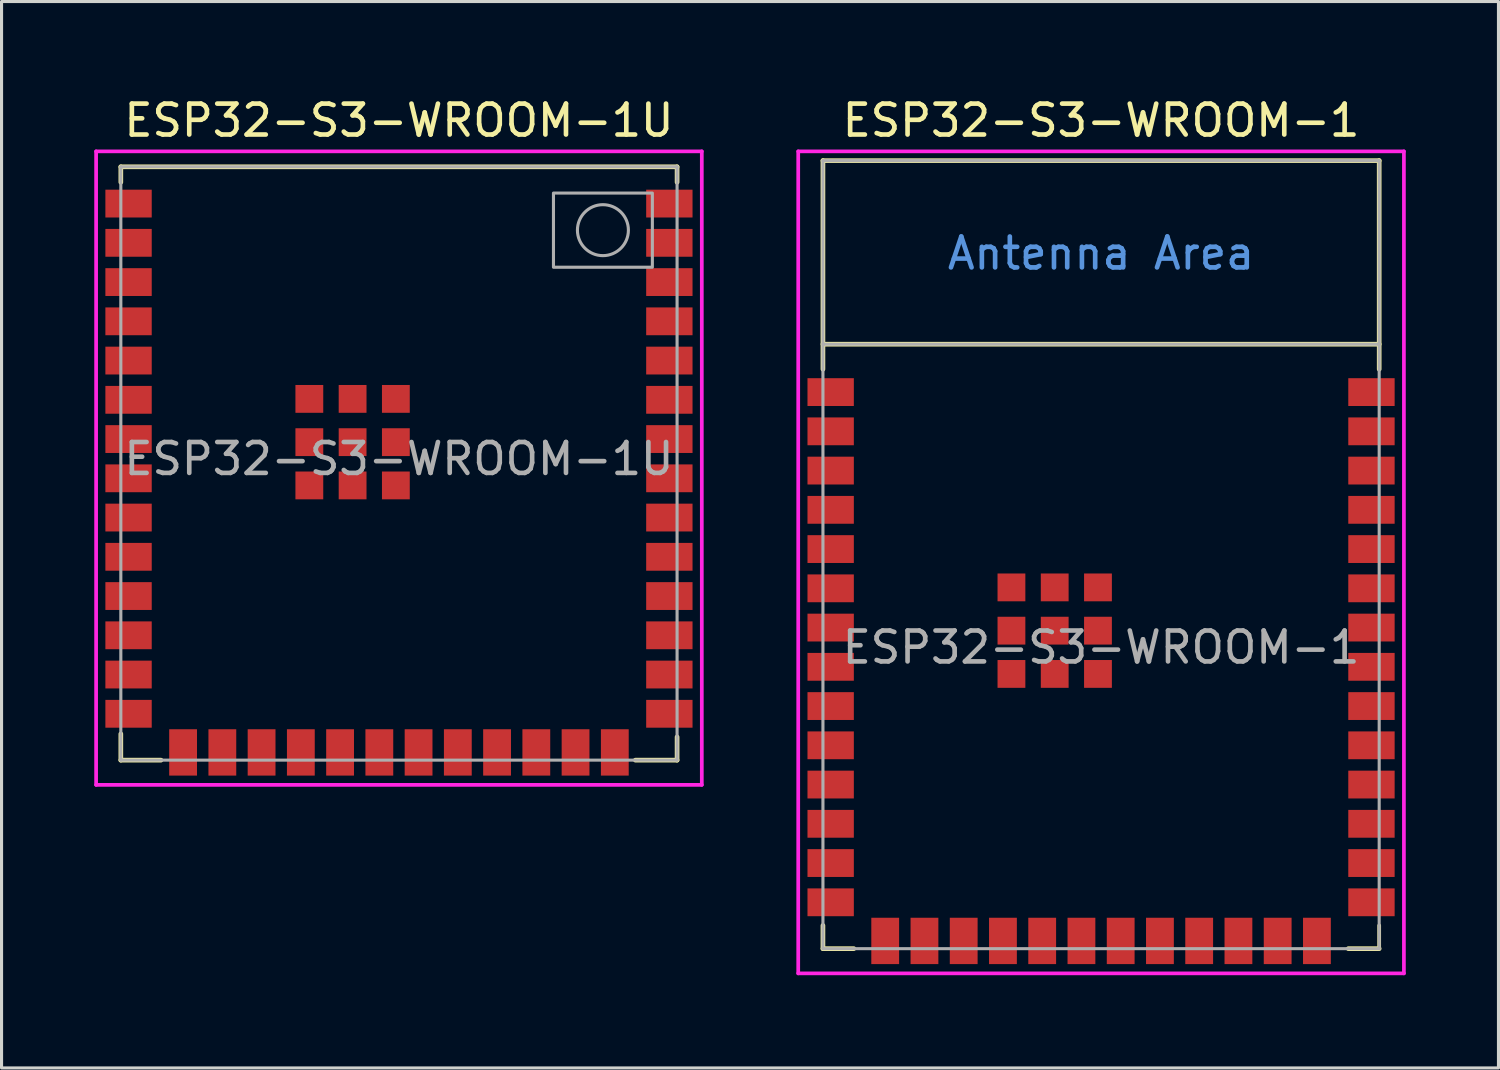
<source format=kicad_pcb>
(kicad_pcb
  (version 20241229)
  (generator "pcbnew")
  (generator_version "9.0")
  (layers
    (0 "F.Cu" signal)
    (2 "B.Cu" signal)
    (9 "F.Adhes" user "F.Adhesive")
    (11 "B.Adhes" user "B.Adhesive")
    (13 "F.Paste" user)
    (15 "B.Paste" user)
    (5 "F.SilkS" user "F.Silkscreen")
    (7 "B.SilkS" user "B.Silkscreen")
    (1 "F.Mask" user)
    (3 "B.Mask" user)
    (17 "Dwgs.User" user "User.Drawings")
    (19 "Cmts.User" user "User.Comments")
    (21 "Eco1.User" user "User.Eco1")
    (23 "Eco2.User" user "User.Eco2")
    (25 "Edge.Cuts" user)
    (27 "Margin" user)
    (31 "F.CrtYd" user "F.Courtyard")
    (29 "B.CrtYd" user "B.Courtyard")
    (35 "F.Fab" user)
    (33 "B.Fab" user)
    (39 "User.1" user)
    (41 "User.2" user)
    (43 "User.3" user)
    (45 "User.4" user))
  (footprint "ESP32-S3-WROOM-1"
    (layer "F.Cu")
    (at 32.58 17.898)
    (property "Reference" "ESP32-S3-WROOM-1" (at 0 -17.05 0) (layer "F.SilkS") (effects (font (size 1 1) (thickness 0.15))))
    (attr smd)
    (fp_line (start -9 -15.75) (end -9 -9) (stroke (width 0.15) (type solid)) (layer "F.SilkS"))
    (fp_line (start -9 -15.75) (end 9 -15.75) (stroke (width 0.15) (type solid)) (layer "F.SilkS"))
    (fp_line (start -9 9) (end -9 9.75) (stroke (width 0.15) (type solid)) (layer "F.SilkS"))
    (fp_line (start -9 9.75) (end -8 9.75) (stroke (width 0.15) (type solid)) (layer "F.SilkS"))
    (fp_line (start 9 -15.75) (end 9 -9) (stroke (width 0.15) (type solid)) (layer "F.SilkS"))
    (fp_line (start 9 -9.81) (end -9 -9.81) (stroke (width 0.15) (type solid)) (layer "F.SilkS"))
    (fp_line (start 9 9) (end 9 9.75) (stroke (width 0.12) (type solid)) (layer "F.SilkS"))
    (fp_line (start 9 9.75) (end 8 9.75) (stroke (width 0.15) (type solid)) (layer "F.SilkS"))
    (fp_line (start -9.8 -16.05) (end -9.8 10.55) (stroke (width 0.12) (type solid)) (layer "F.CrtYd"))
    (fp_line (start -9.8 10.55) (end 9.8 10.55) (stroke (width 0.12) (type solid)) (layer "F.CrtYd"))
    (fp_line (start 9.8 -16.05) (end -9.8 -16.05) (stroke (width 0.12) (type solid)) (layer "F.CrtYd"))
    (fp_line (start 9.8 -16.05) (end 9.8 10.55) (stroke (width 0.12) (type solid)) (layer "F.CrtYd"))
    (fp_line (start -9 -15.75) (end 9 -15.75) (stroke (width 0.1) (type solid)) (layer "F.Fab"))
    (fp_line (start -9 -9.81) (end 9 -9.81) (stroke (width 0.1) (type solid)) (layer "F.Fab"))
    (fp_line (start -9 9.75) (end -9 -15.75) (stroke (width 0.1) (type solid)) (layer "F.Fab"))
    (fp_line (start 9 -15.75) (end 9 9.75) (stroke (width 0.1) (type solid)) (layer "F.Fab"))
    (fp_line (start 9 9.75) (end -9 9.75) (stroke (width 0.1) (type solid)) (layer "F.Fab"))
    (fp_text user "Antenna Area" (at 0 -12.75 0) (layer "Cmts.User") (effects (font (size 1 1) (thickness 0.15))))
    (fp_text user "${REFERENCE}" (at 0 0 0) (layer "F.Fab") (effects (font (size 1 1) (thickness 0.15))))
    (pad "1" smd rect (at -8.75 -8.26) (size 1.5 0.9) (layers "F.Cu" "F.Mask" "F.Paste"))
    (pad "2" smd rect (at -8.75 -6.99) (size 1.5 0.9) (layers "F.Cu" "F.Mask" "F.Paste"))
    (pad "3" smd rect (at -8.75 -5.72) (size 1.5 0.9) (layers "F.Cu" "F.Mask" "F.Paste"))
    (pad "4" smd rect (at -8.75 -4.45) (size 1.5 0.9) (layers "F.Cu" "F.Mask" "F.Paste"))
    (pad "5" smd rect (at -8.75 -3.18) (size 1.5 0.9) (layers "F.Cu" "F.Mask" "F.Paste"))
    (pad "6" smd rect (at -8.75 -1.91) (size 1.5 0.9) (layers "F.Cu" "F.Mask" "F.Paste"))
    (pad "7" smd rect (at -8.75 -0.64) (size 1.5 0.9) (layers "F.Cu" "F.Mask" "F.Paste"))
    (pad "8" smd rect (at -8.75 0.63) (size 1.5 0.9) (layers "F.Cu" "F.Mask" "F.Paste"))
    (pad "9" smd rect (at -8.75 1.9) (size 1.5 0.9) (layers "F.Cu" "F.Mask" "F.Paste"))
    (pad "10" smd rect (at -8.75 3.17) (size 1.5 0.9) (layers "F.Cu" "F.Mask" "F.Paste"))
    (pad "11" smd rect (at -8.75 4.44) (size 1.5 0.9) (layers "F.Cu" "F.Mask" "F.Paste"))
    (pad "12" smd rect (at -8.75 5.71) (size 1.5 0.9) (layers "F.Cu" "F.Mask" "F.Paste"))
    (pad "13" smd rect (at -8.75 6.98) (size 1.5 0.9) (layers "F.Cu" "F.Mask" "F.Paste"))
    (pad "14" smd rect (at -8.75 8.25) (size 1.5 0.9) (layers "F.Cu" "F.Mask" "F.Paste"))
    (pad "15" smd rect (at -6.985 9.5 90) (size 1.5 0.9) (layers "F.Cu" "F.Mask" "F.Paste"))
    (pad "16" smd rect (at -5.715 9.5 90) (size 1.5 0.9) (layers "F.Cu" "F.Mask" "F.Paste"))
    (pad "17" smd rect (at -4.445 9.5 90) (size 1.5 0.9) (layers "F.Cu" "F.Mask" "F.Paste"))
    (pad "18" smd rect (at -3.175 9.5 90) (size 1.5 0.9) (layers "F.Cu" "F.Mask" "F.Paste"))
    (pad "19" smd rect (at -1.905 9.5 90) (size 1.5 0.9) (layers "F.Cu" "F.Mask" "F.Paste"))
    (pad "20" smd rect (at -0.635 9.5 90) (size 1.5 0.9) (layers "F.Cu" "F.Mask" "F.Paste"))
    (pad "21" smd rect (at 0.635 9.5 90) (size 1.5 0.9) (layers "F.Cu" "F.Mask" "F.Paste"))
    (pad "22" smd rect (at 1.905 9.5 90) (size 1.5 0.9) (layers "F.Cu" "F.Mask" "F.Paste"))
    (pad "23" smd rect (at 3.175 9.5 90) (size 1.5 0.9) (layers "F.Cu" "F.Mask" "F.Paste"))
    (pad "24" smd rect (at 4.445 9.5 90) (size 1.5 0.9) (layers "F.Cu" "F.Mask" "F.Paste"))
    (pad "25" smd rect (at 5.715 9.5 90) (size 1.5 0.9) (layers "F.Cu" "F.Mask" "F.Paste"))
    (pad "26" smd rect (at 6.985 9.5 90) (size 1.5 0.9) (layers "F.Cu" "F.Mask" "F.Paste"))
    (pad "27" smd rect (at 8.75 8.25 180) (size 1.5 0.9) (layers "F.Cu" "F.Mask" "F.Paste"))
    (pad "28" smd rect (at 8.75 6.98 180) (size 1.5 0.9) (layers "F.Cu" "F.Mask" "F.Paste"))
    (pad "29" smd rect (at 8.75 5.71 180) (size 1.5 0.9) (layers "F.Cu" "F.Mask" "F.Paste"))
    (pad "30" smd rect (at 8.75 4.44 180) (size 1.5 0.9) (layers "F.Cu" "F.Mask" "F.Paste"))
    (pad "31" smd rect (at 8.75 3.17 180) (size 1.5 0.9) (layers "F.Cu" "F.Mask" "F.Paste"))
    (pad "32" smd rect (at 8.75 1.9 180) (size 1.5 0.9) (layers "F.Cu" "F.Mask" "F.Paste"))
    (pad "33" smd rect (at 8.75 0.63 180) (size 1.5 0.9) (layers "F.Cu" "F.Mask" "F.Paste"))
    (pad "34" smd rect (at 8.75 -0.64 180) (size 1.5 0.9) (layers "F.Cu" "F.Mask" "F.Paste"))
    (pad "35" smd rect (at 8.75 -1.91 180) (size 1.5 0.9) (layers "F.Cu" "F.Mask" "F.Paste"))
    (pad "36" smd rect (at 8.75 -3.18 180) (size 1.5 0.9) (layers "F.Cu" "F.Mask" "F.Paste"))
    (pad "37" smd rect (at 8.75 -4.45 180) (size 1.5 0.9) (layers "F.Cu" "F.Mask" "F.Paste"))
    (pad "38" smd rect (at 8.75 -5.72 180) (size 1.5 0.9) (layers "F.Cu" "F.Mask" "F.Paste"))
    (pad "39" smd rect (at 8.75 -6.99 180) (size 1.5 0.9) (layers "F.Cu" "F.Mask" "F.Paste"))
    (pad "40" smd rect (at 8.75 -8.26 180) (size 1.5 0.9) (layers "F.Cu" "F.Mask" "F.Paste"))
    (pad "41" smd rect (at -2.9 -1.94 180) (size 0.9 0.9) (layers "F.Cu" "F.Mask" "F.Paste"))
    (pad "41" smd rect (at -2.9 -0.54 180) (size 0.9 0.9) (layers "F.Cu" "F.Mask" "F.Paste"))
    (pad "41" smd rect (at -2.9 0.86 180) (size 0.9 0.9) (layers "F.Cu" "F.Mask" "F.Paste"))
    (pad "41" smd rect (at -1.5 -1.94 180) (size 0.9 0.9) (layers "F.Cu" "F.Mask" "F.Paste"))
    (pad "41" smd rect (at -1.5 -0.54 180) (size 0.9 0.9) (layers "F.Cu" "F.Mask" "F.Paste"))
    (pad "41" smd rect (at -1.5 0.86 180) (size 0.9 0.9) (layers "F.Cu" "F.Mask" "F.Paste"))
    (pad "41" smd rect (at -0.1 -1.94 180) (size 0.9 0.9) (layers "F.Cu" "F.Mask" "F.Paste"))
    (pad "41" smd rect (at -0.1 -0.54 180) (size 0.9 0.9) (layers "F.Cu" "F.Mask" "F.Paste"))
    (pad "41" smd rect (at -0.1 0.86 180) (size 0.9 0.9) (layers "F.Cu" "F.Mask" "F.Paste")))
  (footprint "ESP32-S3-WROOM-1U"
    (layer "F.Cu")
    (at 9.86 11.798)
    (property "Reference" "ESP32-S3-WROOM-1U" (at 0 -10.95 0) (layer "F.SilkS") (effects (font (size 1 1) (thickness 0.15))))
    (attr smd)
    (fp_line (start -9 -9.45) (end -9 -8.95) (stroke (width 0.15) (type solid)) (layer "F.SilkS"))
    (fp_line (start -9 8.9) (end -9 9.75) (stroke (width 0.15) (type solid)) (layer "F.SilkS"))
    (fp_line (start -9 9.75) (end -7.7 9.75) (stroke (width 0.15) (type solid)) (layer "F.SilkS"))
    (fp_line (start 9 -9.45) (end -9 -9.45) (stroke (width 0.15) (type solid)) (layer "F.SilkS"))
    (fp_line (start 9 -9.45) (end 9 -8.95) (stroke (width 0.15) (type solid)) (layer "F.SilkS"))
    (fp_line (start 9 9) (end 9 9.75) (stroke (width 0.15) (type solid)) (layer "F.SilkS"))
    (fp_line (start 9 9.75) (end 7.65 9.75) (stroke (width 0.15) (type solid)) (layer "F.SilkS"))
    (fp_line (start -9.8 -9.95) (end -9.8 10.55) (stroke (width 0.12) (type solid)) (layer "F.CrtYd"))
    (fp_line (start -9.8 10.55) (end 9.8 10.55) (stroke (width 0.12) (type solid)) (layer "F.CrtYd"))
    (fp_line (start 9.8 -9.95) (end -9.8 -9.95) (stroke (width 0.12) (type solid)) (layer "F.CrtYd"))
    (fp_line (start 9.8 -9.95) (end 9.8 10.55) (stroke (width 0.12) (type solid)) (layer "F.CrtYd"))
    (fp_line (start -9 -9.45) (end 9 -9.45) (stroke (width 0.1) (type solid)) (layer "F.Fab"))
    (fp_line (start -9 9.75) (end -9 -9.45) (stroke (width 0.1) (type solid)) (layer "F.Fab"))
    (fp_line (start 9 -9.45) (end 9 9.75) (stroke (width 0.1) (type solid)) (layer "F.Fab"))
    (fp_line (start 9 9.75) (end -9 9.75) (stroke (width 0.1) (type solid)) (layer "F.Fab"))
    (fp_rect (start 5 -8.6) (end 8.2 -6.2) (stroke (width 0.1) (type default)) (fill no) (layer "F.Fab"))
    (fp_circle (center 6.6 -7.4) (end 6.4 -8.2) (stroke (width 0.1) (type default)) (fill no) (layer "F.Fab"))
    (fp_text user "${REFERENCE}" (at 0 0 0) (layer "F.Fab") (effects (font (size 1 1) (thickness 0.15))))
    (pad "1" smd rect (at -8.75 -8.26) (size 1.5 0.9) (layers "F.Cu" "F.Mask" "F.Paste"))
    (pad "2" smd rect (at -8.75 -6.99) (size 1.5 0.9) (layers "F.Cu" "F.Mask" "F.Paste"))
    (pad "3" smd rect (at -8.75 -5.72) (size 1.5 0.9) (layers "F.Cu" "F.Mask" "F.Paste"))
    (pad "4" smd rect (at -8.75 -4.45) (size 1.5 0.9) (layers "F.Cu" "F.Mask" "F.Paste"))
    (pad "5" smd rect (at -8.75 -3.18) (size 1.5 0.9) (layers "F.Cu" "F.Mask" "F.Paste"))
    (pad "6" smd rect (at -8.75 -1.91) (size 1.5 0.9) (layers "F.Cu" "F.Mask" "F.Paste"))
    (pad "7" smd rect (at -8.75 -0.64) (size 1.5 0.9) (layers "F.Cu" "F.Mask" "F.Paste"))
    (pad "8" smd rect (at -8.75 0.63) (size 1.5 0.9) (layers "F.Cu" "F.Mask" "F.Paste"))
    (pad "9" smd rect (at -8.75 1.9) (size 1.5 0.9) (layers "F.Cu" "F.Mask" "F.Paste"))
    (pad "10" smd rect (at -8.75 3.17) (size 1.5 0.9) (layers "F.Cu" "F.Mask" "F.Paste"))
    (pad "11" smd rect (at -8.75 4.44) (size 1.5 0.9) (layers "F.Cu" "F.Mask" "F.Paste"))
    (pad "12" smd rect (at -8.75 5.71) (size 1.5 0.9) (layers "F.Cu" "F.Mask" "F.Paste"))
    (pad "13" smd rect (at -8.75 6.98) (size 1.5 0.9) (layers "F.Cu" "F.Mask" "F.Paste"))
    (pad "14" smd rect (at -8.75 8.25) (size 1.5 0.9) (layers "F.Cu" "F.Mask" "F.Paste"))
    (pad "15" smd rect (at -6.985 9.5 90) (size 1.5 0.9) (layers "F.Cu" "F.Mask" "F.Paste"))
    (pad "16" smd rect (at -5.715 9.5 90) (size 1.5 0.9) (layers "F.Cu" "F.Mask" "F.Paste"))
    (pad "17" smd rect (at -4.445 9.5 90) (size 1.5 0.9) (layers "F.Cu" "F.Mask" "F.Paste"))
    (pad "18" smd rect (at -3.175 9.5 90) (size 1.5 0.9) (layers "F.Cu" "F.Mask" "F.Paste"))
    (pad "19" smd rect (at -1.905 9.5 90) (size 1.5 0.9) (layers "F.Cu" "F.Mask" "F.Paste"))
    (pad "20" smd rect (at -0.635 9.5 90) (size 1.5 0.9) (layers "F.Cu" "F.Mask" "F.Paste"))
    (pad "21" smd rect (at 0.635 9.5 90) (size 1.5 0.9) (layers "F.Cu" "F.Mask" "F.Paste"))
    (pad "22" smd rect (at 1.905 9.5 90) (size 1.5 0.9) (layers "F.Cu" "F.Mask" "F.Paste"))
    (pad "23" smd rect (at 3.175 9.5 90) (size 1.5 0.9) (layers "F.Cu" "F.Mask" "F.Paste"))
    (pad "24" smd rect (at 4.445 9.5 90) (size 1.5 0.9) (layers "F.Cu" "F.Mask" "F.Paste"))
    (pad "25" smd rect (at 5.715 9.5 90) (size 1.5 0.9) (layers "F.Cu" "F.Mask" "F.Paste"))
    (pad "26" smd rect (at 6.985 9.5 90) (size 1.5 0.9) (layers "F.Cu" "F.Mask" "F.Paste"))
    (pad "27" smd rect (at 8.75 8.25 180) (size 1.5 0.9) (layers "F.Cu" "F.Mask" "F.Paste"))
    (pad "28" smd rect (at 8.75 6.98 180) (size 1.5 0.9) (layers "F.Cu" "F.Mask" "F.Paste"))
    (pad "29" smd rect (at 8.75 5.71 180) (size 1.5 0.9) (layers "F.Cu" "F.Mask" "F.Paste"))
    (pad "30" smd rect (at 8.75 4.44 180) (size 1.5 0.9) (layers "F.Cu" "F.Mask" "F.Paste"))
    (pad "31" smd rect (at 8.75 3.17 180) (size 1.5 0.9) (layers "F.Cu" "F.Mask" "F.Paste"))
    (pad "32" smd rect (at 8.75 1.9 180) (size 1.5 0.9) (layers "F.Cu" "F.Mask" "F.Paste"))
    (pad "33" smd rect (at 8.75 0.63 180) (size 1.5 0.9) (layers "F.Cu" "F.Mask" "F.Paste"))
    (pad "34" smd rect (at 8.75 -0.64 180) (size 1.5 0.9) (layers "F.Cu" "F.Mask" "F.Paste"))
    (pad "35" smd rect (at 8.75 -1.91 180) (size 1.5 0.9) (layers "F.Cu" "F.Mask" "F.Paste"))
    (pad "36" smd rect (at 8.75 -3.18 180) (size 1.5 0.9) (layers "F.Cu" "F.Mask" "F.Paste"))
    (pad "37" smd rect (at 8.75 -4.45 180) (size 1.5 0.9) (layers "F.Cu" "F.Mask" "F.Paste"))
    (pad "38" smd rect (at 8.75 -5.72 180) (size 1.5 0.9) (layers "F.Cu" "F.Mask" "F.Paste"))
    (pad "39" smd rect (at 8.75 -6.99 180) (size 1.5 0.9) (layers "F.Cu" "F.Mask" "F.Paste"))
    (pad "40" smd rect (at 8.75 -8.26 180) (size 1.5 0.9) (layers "F.Cu" "F.Mask" "F.Paste"))
    (pad "41" smd rect (at -2.9 -1.94 180) (size 0.9 0.9) (layers "F.Cu" "F.Mask" "F.Paste"))
    (pad "41" smd rect (at -2.9 -0.54 180) (size 0.9 0.9) (layers "F.Cu" "F.Mask" "F.Paste"))
    (pad "41" smd rect (at -2.9 0.86 180) (size 0.9 0.9) (layers "F.Cu" "F.Mask" "F.Paste"))
    (pad "41" smd rect (at -1.5 -1.94 180) (size 0.9 0.9) (layers "F.Cu" "F.Mask" "F.Paste"))
    (pad "41" smd rect (at -1.5 -0.54 180) (size 0.9 0.9) (layers "F.Cu" "F.Mask" "F.Paste"))
    (pad "41" smd rect (at -1.5 0.86 180) (size 0.9 0.9) (layers "F.Cu" "F.Mask" "F.Paste"))
    (pad "41" smd rect (at -0.1 -1.94 180) (size 0.9 0.9) (layers "F.Cu" "F.Mask" "F.Paste"))
    (pad "41" smd rect (at -0.1 -0.54 180) (size 0.9 0.9) (layers "F.Cu" "F.Mask" "F.Paste"))
    (pad "41" smd rect (at -0.1 0.86 180) (size 0.9 0.9) (layers "F.Cu" "F.Mask" "F.Paste")))
  (gr_rect
    (start -3 -3)
    (end 45.44 31.508)
    (stroke (width 0.1) (type default))
    (fill no)
    (layer "Edge.Cuts")))
</source>
